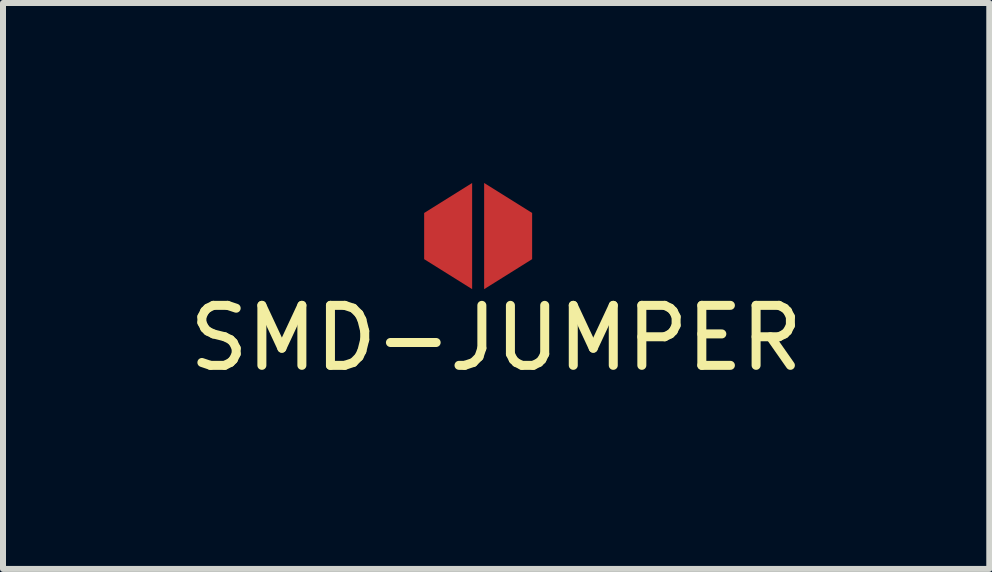
<source format=kicad_pcb>
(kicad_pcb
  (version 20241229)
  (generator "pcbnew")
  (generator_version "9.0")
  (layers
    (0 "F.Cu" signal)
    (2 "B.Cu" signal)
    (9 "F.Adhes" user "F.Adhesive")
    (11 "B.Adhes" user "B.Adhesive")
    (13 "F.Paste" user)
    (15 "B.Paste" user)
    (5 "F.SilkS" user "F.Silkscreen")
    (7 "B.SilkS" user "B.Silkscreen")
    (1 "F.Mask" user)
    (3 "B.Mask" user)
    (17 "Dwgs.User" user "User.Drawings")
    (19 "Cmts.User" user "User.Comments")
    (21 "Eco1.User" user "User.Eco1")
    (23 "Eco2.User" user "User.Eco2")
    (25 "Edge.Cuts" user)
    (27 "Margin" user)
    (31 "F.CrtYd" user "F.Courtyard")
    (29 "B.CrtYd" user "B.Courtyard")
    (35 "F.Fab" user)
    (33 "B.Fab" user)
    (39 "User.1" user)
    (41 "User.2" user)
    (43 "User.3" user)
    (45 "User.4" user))
  (footprint "SMD-JUMPER"
    (layer "F.Cu")
    (at 4.92 0.885)
    (property "Reference" "SMD-JUMPER" (at 0.3 1.7 0) (layer "F.SilkS") (effects (font (size 1 1) (thickness 0.15))))
    (attr through_hole)
    (pad "1" smd trapezoid (at -0.5 0) (size 0.8 1.27) (rect_delta -0.5 0) (layers "F.Cu" "F.Mask" "F.Paste"))
    (pad "2" smd trapezoid (at 0.5 0) (size 0.8 1.27) (rect_delta 0.5 0) (layers "F.Cu" "F.Mask" "F.Paste")))
  (gr_rect
    (start -3 -3)
    (end 13.44 6.433)
    (stroke (width 0.1) (type default))
    (fill no)
    (layer "Edge.Cuts")))
</source>
